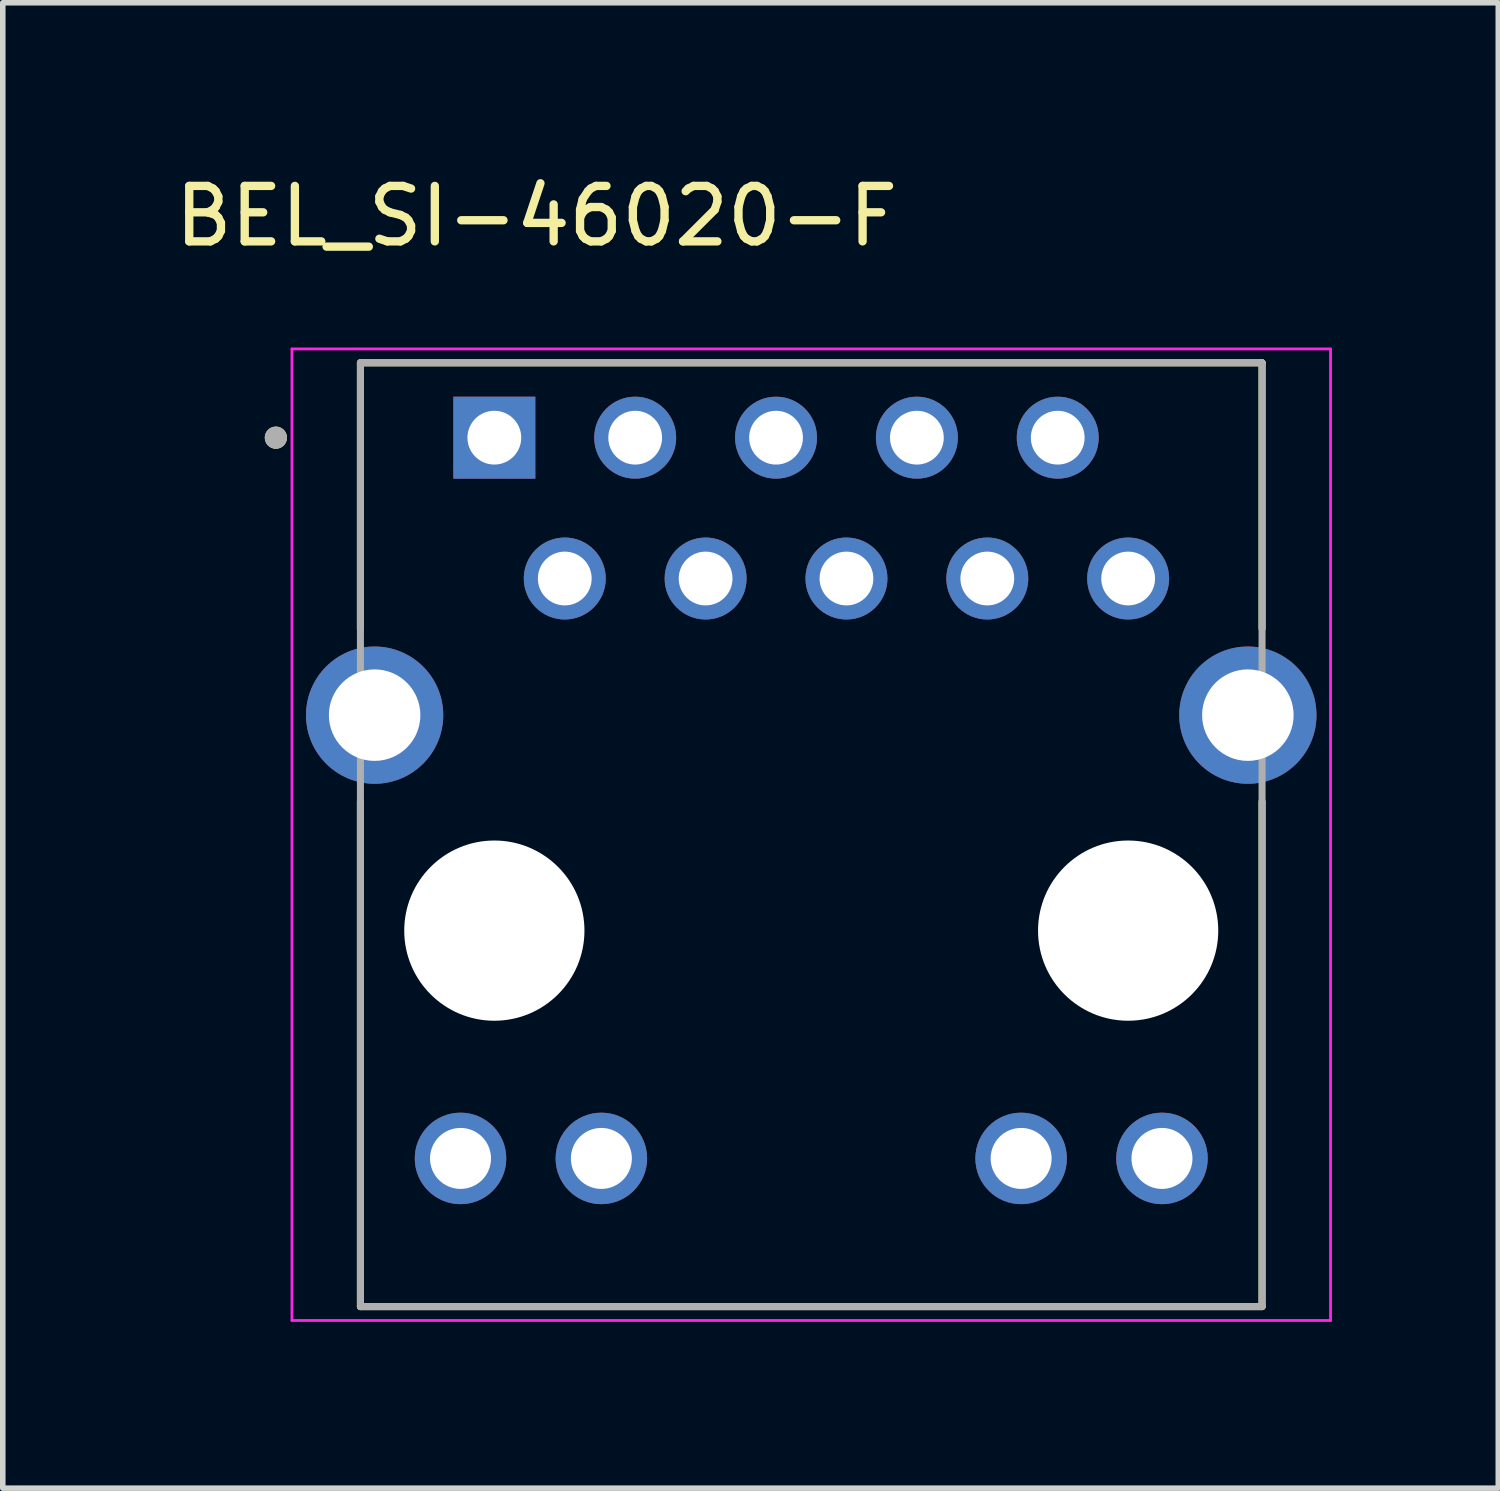
<source format=kicad_pcb>
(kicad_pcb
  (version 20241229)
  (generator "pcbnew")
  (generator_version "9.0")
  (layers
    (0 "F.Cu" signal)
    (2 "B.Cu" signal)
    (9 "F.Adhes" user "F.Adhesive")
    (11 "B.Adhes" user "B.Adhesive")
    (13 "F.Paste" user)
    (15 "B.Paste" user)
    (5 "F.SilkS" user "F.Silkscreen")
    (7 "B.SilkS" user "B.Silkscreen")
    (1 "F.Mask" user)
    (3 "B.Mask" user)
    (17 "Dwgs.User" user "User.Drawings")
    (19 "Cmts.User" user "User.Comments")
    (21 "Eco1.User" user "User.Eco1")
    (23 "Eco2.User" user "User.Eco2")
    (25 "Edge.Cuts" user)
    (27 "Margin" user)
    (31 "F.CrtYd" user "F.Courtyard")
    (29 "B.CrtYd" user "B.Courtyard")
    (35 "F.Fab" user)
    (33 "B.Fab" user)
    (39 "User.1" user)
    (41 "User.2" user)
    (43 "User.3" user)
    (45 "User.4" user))
  (footprint "BEL_SI-46020-F"
    (layer "F.Cu")
    (at 11.58 13.733)
    (property "Reference" "BEL_SI-46020-F" (at -4.955 -12.885 0) (layer "F.SilkS") (effects (font (size 1 1) (thickness 0.15))))
    (attr through_hole)
    (fp_line (start -8.13 -10.24) (end -8.13 -5.446) (stroke (width 0.127) (type solid)) (layer "F.SilkS"))
    (fp_line (start -8.13 -2.326) (end -8.13 6.78) (stroke (width 0.127) (type solid)) (layer "F.SilkS"))
    (fp_line (start -8.13 6.78) (end 8.13 6.78) (stroke (width 0.127) (type solid)) (layer "F.SilkS"))
    (fp_line (start 8.13 -10.24) (end -8.13 -10.24) (stroke (width 0.127) (type solid)) (layer "F.SilkS"))
    (fp_line (start 8.13 -5.446) (end 8.13 -10.24) (stroke (width 0.127) (type solid)) (layer "F.SilkS"))
    (fp_line (start 8.13 6.78) (end 8.13 -2.326) (stroke (width 0.127) (type solid)) (layer "F.SilkS"))
    (fp_circle (center -9.655 -8.89) (end -9.555 -8.89) (stroke (width 0.2) (type solid)) (fill no) (layer "F.SilkS"))
    (fp_line (start -9.365 -10.49) (end -9.365 7.03) (stroke (width 0.05) (type solid)) (layer "F.CrtYd"))
    (fp_line (start -9.365 7.03) (end 9.365 7.03) (stroke (width 0.05) (type solid)) (layer "F.CrtYd"))
    (fp_line (start 9.365 -10.49) (end -9.365 -10.49) (stroke (width 0.05) (type solid)) (layer "F.CrtYd"))
    (fp_line (start 9.365 7.03) (end 9.365 -10.49) (stroke (width 0.05) (type solid)) (layer "F.CrtYd"))
    (fp_line (start -8.13 -10.24) (end -8.13 6.78) (stroke (width 0.127) (type solid)) (layer "F.Fab"))
    (fp_line (start -8.13 6.78) (end 8.13 6.78) (stroke (width 0.127) (type solid)) (layer "F.Fab"))
    (fp_line (start 8.13 -10.24) (end -8.13 -10.24) (stroke (width 0.127) (type solid)) (layer "F.Fab"))
    (fp_line (start 8.13 6.78) (end 8.13 -10.24) (stroke (width 0.127) (type solid)) (layer "F.Fab"))
    (fp_circle (center -9.655 -8.89) (end -9.555 -8.89) (stroke (width 0.2) (type solid)) (fill no) (layer "F.Fab"))
    (pad "" np_thru_hole circle (at -5.715 0) (size 3.25 3.25) (drill 3.25) (layers "*.Cu" "*.Mask"))
    (pad "" np_thru_hole circle (at 5.715 0) (size 3.25 3.25) (drill 3.25) (layers "*.Cu" "*.Mask"))
    (pad "1" thru_hole rect (at -5.715 -8.89) (size 1.478 1.478) (drill 0.97) (layers "*.Cu" "*.Mask"))
    (pad "2" thru_hole circle (at -4.445 -6.35) (size 1.478 1.478) (drill 0.97) (layers "*.Cu" "*.Mask"))
    (pad "3" thru_hole circle (at -3.175 -8.89) (size 1.478 1.478) (drill 0.97) (layers "*.Cu" "*.Mask"))
    (pad "4" thru_hole circle (at -1.905 -6.35) (size 1.478 1.478) (drill 0.97) (layers "*.Cu" "*.Mask"))
    (pad "5" thru_hole circle (at -0.635 -8.89) (size 1.478 1.478) (drill 0.97) (layers "*.Cu" "*.Mask"))
    (pad "6" thru_hole circle (at 0.635 -6.35) (size 1.478 1.478) (drill 0.97) (layers "*.Cu" "*.Mask"))
    (pad "7" thru_hole circle (at 1.905 -8.89) (size 1.478 1.478) (drill 0.97) (layers "*.Cu" "*.Mask"))
    (pad "8" thru_hole circle (at 3.175 -6.35) (size 1.478 1.478) (drill 0.97) (layers "*.Cu" "*.Mask"))
    (pad "9" thru_hole circle (at 4.445 -8.89) (size 1.478 1.478) (drill 0.97) (layers "*.Cu" "*.Mask"))
    (pad "10" thru_hole circle (at 5.715 -6.35) (size 1.478 1.478) (drill 0.97) (layers "*.Cu" "*.Mask"))
    (pad "GA1" thru_hole circle (at -6.325 4.108) (size 1.65 1.65) (drill 1.1) (layers "*.Cu" "*.Mask"))
    (pad "GA2" thru_hole circle (at 3.785 4.108) (size 1.65 1.65) (drill 1.1) (layers "*.Cu" "*.Mask"))
    (pad "GK1" thru_hole circle (at -3.785 4.108) (size 1.65 1.65) (drill 1.1) (layers "*.Cu" "*.Mask"))
    (pad "GK2" thru_hole circle (at 6.325 4.108) (size 1.65 1.65) (drill 1.1) (layers "*.Cu" "*.Mask"))
    (pad "S1" thru_hole circle (at -7.874 -3.886) (size 2.475 2.475) (drill 1.65) (layers "*.Cu" "*.Mask"))
    (pad "S2" thru_hole circle (at 7.874 -3.886) (size 2.475 2.475) (drill 1.65) (layers "*.Cu" "*.Mask")))
  (gr_rect
    (start -3 -3)
    (end 23.97 23.788)
    (stroke (width 0.1) (type default))
    (fill no)
    (layer "Edge.Cuts")))
</source>
